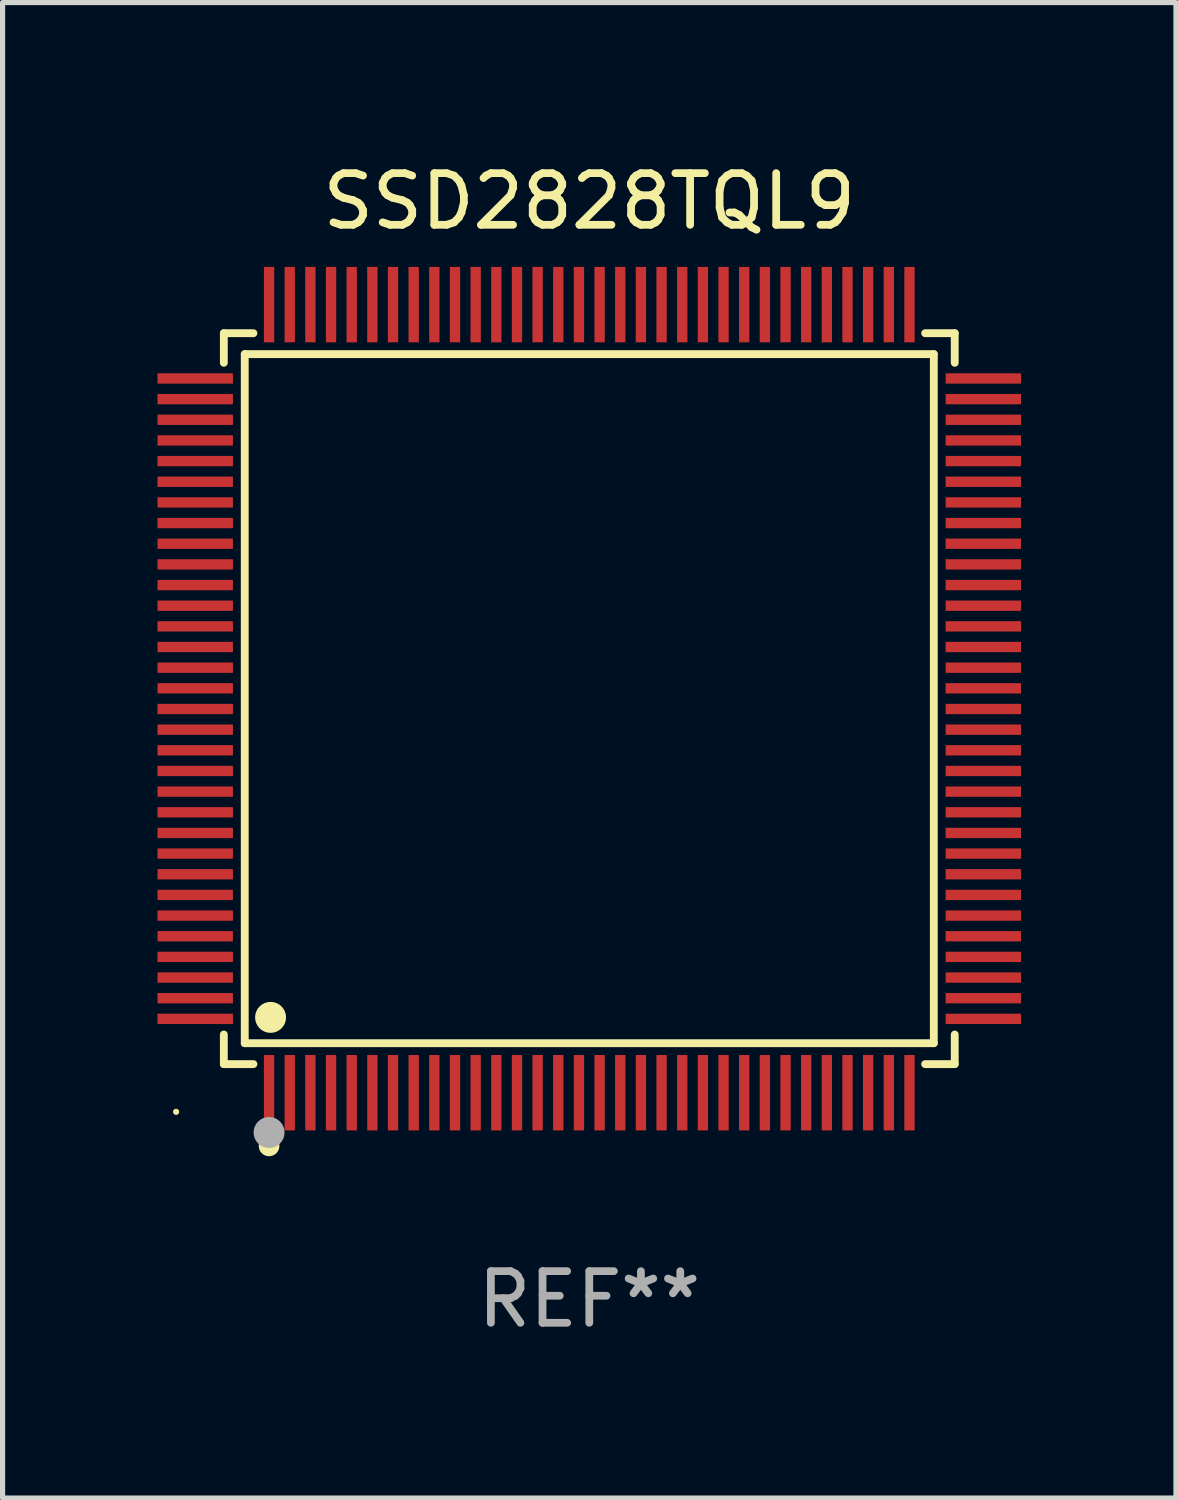
<source format=kicad_pcb>
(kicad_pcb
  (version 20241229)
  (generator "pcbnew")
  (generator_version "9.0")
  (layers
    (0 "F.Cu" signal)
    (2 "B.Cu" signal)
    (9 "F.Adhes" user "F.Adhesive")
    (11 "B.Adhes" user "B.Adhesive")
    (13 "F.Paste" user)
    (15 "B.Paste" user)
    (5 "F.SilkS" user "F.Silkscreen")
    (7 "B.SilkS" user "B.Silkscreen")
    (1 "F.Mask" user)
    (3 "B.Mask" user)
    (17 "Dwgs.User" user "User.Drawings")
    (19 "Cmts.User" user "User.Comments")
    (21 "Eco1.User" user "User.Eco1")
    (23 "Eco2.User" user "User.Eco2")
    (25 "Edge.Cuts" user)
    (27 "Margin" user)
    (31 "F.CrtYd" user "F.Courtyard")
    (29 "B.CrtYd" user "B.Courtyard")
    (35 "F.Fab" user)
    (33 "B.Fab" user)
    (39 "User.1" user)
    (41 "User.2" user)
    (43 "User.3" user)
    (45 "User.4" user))
  (footprint "SSD2828TQL9"
    (layer "F.Cu")
    (at 8.36 10.478)
    (property "Reference" "SSD2828TQL9" (at 0 -9.63 0) (layer "F.SilkS") (effects (font (size 1 1) (thickness 0.15))))
    (attr through_hole)
    (fp_line (start -7.076 -7.076) (end -6.503 -7.076) (stroke (width 0.152) (type solid)) (layer "F.SilkS"))
    (fp_line (start -7.076 -6.503) (end -7.076 -7.076) (stroke (width 0.152) (type solid)) (layer "F.SilkS"))
    (fp_line (start -7.076 6.503) (end -7.076 7.076) (stroke (width 0.152) (type solid)) (layer "F.SilkS"))
    (fp_line (start -7.076 7.076) (end -6.503 7.076) (stroke (width 0.152) (type solid)) (layer "F.SilkS"))
    (fp_line (start -6.671 -6.671) (end 6.671 -6.671) (stroke (width 0.152) (type solid)) (layer "F.SilkS"))
    (fp_line (start -6.671 6.671) (end -6.671 -6.671) (stroke (width 0.152) (type solid)) (layer "F.SilkS"))
    (fp_line (start 6.671 -6.671) (end 6.671 6.671) (stroke (width 0.152) (type solid)) (layer "F.SilkS"))
    (fp_line (start 6.671 6.671) (end -6.671 6.671) (stroke (width 0.152) (type solid)) (layer "F.SilkS"))
    (fp_line (start 7.076 -7.076) (end 6.503 -7.076) (stroke (width 0.152) (type solid)) (layer "F.SilkS"))
    (fp_line (start 7.076 -6.503) (end 7.076 -7.076) (stroke (width 0.152) (type solid)) (layer "F.SilkS"))
    (fp_line (start 7.076 6.503) (end 7.076 7.076) (stroke (width 0.152) (type solid)) (layer "F.SilkS"))
    (fp_line (start 7.076 7.076) (end 6.503 7.076) (stroke (width 0.152) (type solid)) (layer "F.SilkS"))
    (fp_circle (center -8 8) (end -7.97 8) (stroke (width 0.06) (type solid)) (fill no) (layer "F.SilkS"))
    (fp_circle (center -6.2 8.66) (end -6.1 8.66) (stroke (width 0.2) (type solid)) (fill no) (layer "F.SilkS"))
    (fp_circle (center -6.171 6.171) (end -6.021 6.171) (stroke (width 0.3) (type solid)) (fill no) (layer "F.SilkS"))
    (fp_circle (center -6.2 8.4) (end -6.05 8.4) (stroke (width 0.3) (type solid)) (fill no) (layer "F.Fab"))
    (fp_text user "REF**" (at 0 11.63 0) (layer "F.Fab") (effects (font (size 1 1) (thickness 0.15))))
    (pad "1" smd rect (at -6.2 7.63) (size 0.2 1.46) (layers "F.Cu" "F.Mask" "F.Paste"))
    (pad "2" smd rect (at -5.8 7.63) (size 0.2 1.46) (layers "F.Cu" "F.Mask" "F.Paste"))
    (pad "3" smd rect (at -5.4 7.63) (size 0.2 1.46) (layers "F.Cu" "F.Mask" "F.Paste"))
    (pad "4" smd rect (at -5 7.63) (size 0.2 1.46) (layers "F.Cu" "F.Mask" "F.Paste"))
    (pad "5" smd rect (at -4.6 7.63) (size 0.2 1.46) (layers "F.Cu" "F.Mask" "F.Paste"))
    (pad "6" smd rect (at -4.2 7.63) (size 0.2 1.46) (layers "F.Cu" "F.Mask" "F.Paste"))
    (pad "7" smd rect (at -3.8 7.63) (size 0.2 1.46) (layers "F.Cu" "F.Mask" "F.Paste"))
    (pad "8" smd rect (at -3.4 7.63) (size 0.2 1.46) (layers "F.Cu" "F.Mask" "F.Paste"))
    (pad "9" smd rect (at -3 7.63) (size 0.2 1.46) (layers "F.Cu" "F.Mask" "F.Paste"))
    (pad "10" smd rect (at -2.6 7.63) (size 0.2 1.46) (layers "F.Cu" "F.Mask" "F.Paste"))
    (pad "11" smd rect (at -2.2 7.63) (size 0.2 1.46) (layers "F.Cu" "F.Mask" "F.Paste"))
    (pad "12" smd rect (at -1.8 7.63) (size 0.2 1.46) (layers "F.Cu" "F.Mask" "F.Paste"))
    (pad "13" smd rect (at -1.4 7.63) (size 0.2 1.46) (layers "F.Cu" "F.Mask" "F.Paste"))
    (pad "14" smd rect (at -1 7.63) (size 0.2 1.46) (layers "F.Cu" "F.Mask" "F.Paste"))
    (pad "15" smd rect (at -0.6 7.63) (size 0.2 1.46) (layers "F.Cu" "F.Mask" "F.Paste"))
    (pad "16" smd rect (at -0.2 7.63) (size 0.2 1.46) (layers "F.Cu" "F.Mask" "F.Paste"))
    (pad "17" smd rect (at 0.2 7.63) (size 0.2 1.46) (layers "F.Cu" "F.Mask" "F.Paste"))
    (pad "18" smd rect (at 0.6 7.63) (size 0.2 1.46) (layers "F.Cu" "F.Mask" "F.Paste"))
    (pad "19" smd rect (at 1 7.63) (size 0.2 1.46) (layers "F.Cu" "F.Mask" "F.Paste"))
    (pad "20" smd rect (at 1.4 7.63) (size 0.2 1.46) (layers "F.Cu" "F.Mask" "F.Paste"))
    (pad "21" smd rect (at 1.8 7.63) (size 0.2 1.46) (layers "F.Cu" "F.Mask" "F.Paste"))
    (pad "22" smd rect (at 2.2 7.63) (size 0.2 1.46) (layers "F.Cu" "F.Mask" "F.Paste"))
    (pad "23" smd rect (at 2.6 7.63) (size 0.2 1.46) (layers "F.Cu" "F.Mask" "F.Paste"))
    (pad "24" smd rect (at 3 7.63) (size 0.2 1.46) (layers "F.Cu" "F.Mask" "F.Paste"))
    (pad "25" smd rect (at 3.4 7.63) (size 0.2 1.46) (layers "F.Cu" "F.Mask" "F.Paste"))
    (pad "26" smd rect (at 3.8 7.63) (size 0.2 1.46) (layers "F.Cu" "F.Mask" "F.Paste"))
    (pad "27" smd rect (at 4.2 7.63) (size 0.2 1.46) (layers "F.Cu" "F.Mask" "F.Paste"))
    (pad "28" smd rect (at 4.6 7.63) (size 0.2 1.46) (layers "F.Cu" "F.Mask" "F.Paste"))
    (pad "29" smd rect (at 5 7.63) (size 0.2 1.46) (layers "F.Cu" "F.Mask" "F.Paste"))
    (pad "30" smd rect (at 5.4 7.63) (size 0.2 1.46) (layers "F.Cu" "F.Mask" "F.Paste"))
    (pad "31" smd rect (at 5.8 7.63) (size 0.2 1.46) (layers "F.Cu" "F.Mask" "F.Paste"))
    (pad "32" smd rect (at 6.2 7.63) (size 0.2 1.46) (layers "F.Cu" "F.Mask" "F.Paste"))
    (pad "33" smd rect (at 7.63 6.2) (size 1.46 0.2) (layers "F.Cu" "F.Mask" "F.Paste"))
    (pad "34" smd rect (at 7.63 5.8) (size 1.46 0.2) (layers "F.Cu" "F.Mask" "F.Paste"))
    (pad "35" smd rect (at 7.63 5.4) (size 1.46 0.2) (layers "F.Cu" "F.Mask" "F.Paste"))
    (pad "36" smd rect (at 7.63 5) (size 1.46 0.2) (layers "F.Cu" "F.Mask" "F.Paste"))
    (pad "37" smd rect (at 7.63 4.6) (size 1.46 0.2) (layers "F.Cu" "F.Mask" "F.Paste"))
    (pad "38" smd rect (at 7.63 4.2) (size 1.46 0.2) (layers "F.Cu" "F.Mask" "F.Paste"))
    (pad "39" smd rect (at 7.63 3.8) (size 1.46 0.2) (layers "F.Cu" "F.Mask" "F.Paste"))
    (pad "40" smd rect (at 7.63 3.4) (size 1.46 0.2) (layers "F.Cu" "F.Mask" "F.Paste"))
    (pad "41" smd rect (at 7.63 3) (size 1.46 0.2) (layers "F.Cu" "F.Mask" "F.Paste"))
    (pad "42" smd rect (at 7.63 2.6) (size 1.46 0.2) (layers "F.Cu" "F.Mask" "F.Paste"))
    (pad "43" smd rect (at 7.63 2.2) (size 1.46 0.2) (layers "F.Cu" "F.Mask" "F.Paste"))
    (pad "44" smd rect (at 7.63 1.8) (size 1.46 0.2) (layers "F.Cu" "F.Mask" "F.Paste"))
    (pad "45" smd rect (at 7.63 1.4) (size 1.46 0.2) (layers "F.Cu" "F.Mask" "F.Paste"))
    (pad "46" smd rect (at 7.63 1) (size 1.46 0.2) (layers "F.Cu" "F.Mask" "F.Paste"))
    (pad "47" smd rect (at 7.63 0.6) (size 1.46 0.2) (layers "F.Cu" "F.Mask" "F.Paste"))
    (pad "48" smd rect (at 7.63 0.2) (size 1.46 0.2) (layers "F.Cu" "F.Mask" "F.Paste"))
    (pad "49" smd rect (at 7.63 -0.2) (size 1.46 0.2) (layers "F.Cu" "F.Mask" "F.Paste"))
    (pad "50" smd rect (at 7.63 -0.6) (size 1.46 0.2) (layers "F.Cu" "F.Mask" "F.Paste"))
    (pad "51" smd rect (at 7.63 -1) (size 1.46 0.2) (layers "F.Cu" "F.Mask" "F.Paste"))
    (pad "52" smd rect (at 7.63 -1.4) (size 1.46 0.2) (layers "F.Cu" "F.Mask" "F.Paste"))
    (pad "53" smd rect (at 7.63 -1.8) (size 1.46 0.2) (layers "F.Cu" "F.Mask" "F.Paste"))
    (pad "54" smd rect (at 7.63 -2.2) (size 1.46 0.2) (layers "F.Cu" "F.Mask" "F.Paste"))
    (pad "55" smd rect (at 7.63 -2.6) (size 1.46 0.2) (layers "F.Cu" "F.Mask" "F.Paste"))
    (pad "56" smd rect (at 7.63 -3) (size 1.46 0.2) (layers "F.Cu" "F.Mask" "F.Paste"))
    (pad "57" smd rect (at 7.63 -3.4) (size 1.46 0.2) (layers "F.Cu" "F.Mask" "F.Paste"))
    (pad "58" smd rect (at 7.63 -3.8) (size 1.46 0.2) (layers "F.Cu" "F.Mask" "F.Paste"))
    (pad "59" smd rect (at 7.63 -4.2) (size 1.46 0.2) (layers "F.Cu" "F.Mask" "F.Paste"))
    (pad "60" smd rect (at 7.63 -4.6) (size 1.46 0.2) (layers "F.Cu" "F.Mask" "F.Paste"))
    (pad "61" smd rect (at 7.63 -5) (size 1.46 0.2) (layers "F.Cu" "F.Mask" "F.Paste"))
    (pad "62" smd rect (at 7.63 -5.4) (size 1.46 0.2) (layers "F.Cu" "F.Mask" "F.Paste"))
    (pad "63" smd rect (at 7.63 -5.8) (size 1.46 0.2) (layers "F.Cu" "F.Mask" "F.Paste"))
    (pad "64" smd rect (at 7.63 -6.2) (size 1.46 0.2) (layers "F.Cu" "F.Mask" "F.Paste"))
    (pad "65" smd rect (at 6.2 -7.63) (size 0.2 1.46) (layers "F.Cu" "F.Mask" "F.Paste"))
    (pad "66" smd rect (at 5.8 -7.63) (size 0.2 1.46) (layers "F.Cu" "F.Mask" "F.Paste"))
    (pad "67" smd rect (at 5.4 -7.63) (size 0.2 1.46) (layers "F.Cu" "F.Mask" "F.Paste"))
    (pad "68" smd rect (at 5 -7.63) (size 0.2 1.46) (layers "F.Cu" "F.Mask" "F.Paste"))
    (pad "69" smd rect (at 4.6 -7.63) (size 0.2 1.46) (layers "F.Cu" "F.Mask" "F.Paste"))
    (pad "70" smd rect (at 4.2 -7.63) (size 0.2 1.46) (layers "F.Cu" "F.Mask" "F.Paste"))
    (pad "71" smd rect (at 3.8 -7.63) (size 0.2 1.46) (layers "F.Cu" "F.Mask" "F.Paste"))
    (pad "72" smd rect (at 3.4 -7.63) (size 0.2 1.46) (layers "F.Cu" "F.Mask" "F.Paste"))
    (pad "73" smd rect (at 3 -7.63) (size 0.2 1.46) (layers "F.Cu" "F.Mask" "F.Paste"))
    (pad "74" smd rect (at 2.6 -7.63) (size 0.2 1.46) (layers "F.Cu" "F.Mask" "F.Paste"))
    (pad "75" smd rect (at 2.2 -7.63) (size 0.2 1.46) (layers "F.Cu" "F.Mask" "F.Paste"))
    (pad "76" smd rect (at 1.8 -7.63) (size 0.2 1.46) (layers "F.Cu" "F.Mask" "F.Paste"))
    (pad "77" smd rect (at 1.4 -7.63) (size 0.2 1.46) (layers "F.Cu" "F.Mask" "F.Paste"))
    (pad "78" smd rect (at 1 -7.63) (size 0.2 1.46) (layers "F.Cu" "F.Mask" "F.Paste"))
    (pad "79" smd rect (at 0.6 -7.63) (size 0.2 1.46) (layers "F.Cu" "F.Mask" "F.Paste"))
    (pad "80" smd rect (at 0.2 -7.63) (size 0.2 1.46) (layers "F.Cu" "F.Mask" "F.Paste"))
    (pad "81" smd rect (at -0.2 -7.63) (size 0.2 1.46) (layers "F.Cu" "F.Mask" "F.Paste"))
    (pad "82" smd rect (at -0.6 -7.63) (size 0.2 1.46) (layers "F.Cu" "F.Mask" "F.Paste"))
    (pad "83" smd rect (at -1 -7.63) (size 0.2 1.46) (layers "F.Cu" "F.Mask" "F.Paste"))
    (pad "84" smd rect (at -1.4 -7.63) (size 0.2 1.46) (layers "F.Cu" "F.Mask" "F.Paste"))
    (pad "85" smd rect (at -1.8 -7.63) (size 0.2 1.46) (layers "F.Cu" "F.Mask" "F.Paste"))
    (pad "86" smd rect (at -2.2 -7.63) (size 0.2 1.46) (layers "F.Cu" "F.Mask" "F.Paste"))
    (pad "87" smd rect (at -2.6 -7.63) (size 0.2 1.46) (layers "F.Cu" "F.Mask" "F.Paste"))
    (pad "88" smd rect (at -3 -7.63) (size 0.2 1.46) (layers "F.Cu" "F.Mask" "F.Paste"))
    (pad "89" smd rect (at -3.4 -7.63) (size 0.2 1.46) (layers "F.Cu" "F.Mask" "F.Paste"))
    (pad "90" smd rect (at -3.8 -7.63) (size 0.2 1.46) (layers "F.Cu" "F.Mask" "F.Paste"))
    (pad "91" smd rect (at -4.2 -7.63) (size 0.2 1.46) (layers "F.Cu" "F.Mask" "F.Paste"))
    (pad "92" smd rect (at -4.6 -7.63) (size 0.2 1.46) (layers "F.Cu" "F.Mask" "F.Paste"))
    (pad "93" smd rect (at -5 -7.63) (size 0.2 1.46) (layers "F.Cu" "F.Mask" "F.Paste"))
    (pad "94" smd rect (at -5.4 -7.63) (size 0.2 1.46) (layers "F.Cu" "F.Mask" "F.Paste"))
    (pad "95" smd rect (at -5.8 -7.63) (size 0.2 1.46) (layers "F.Cu" "F.Mask" "F.Paste"))
    (pad "96" smd rect (at -6.2 -7.63) (size 0.2 1.46) (layers "F.Cu" "F.Mask" "F.Paste"))
    (pad "97" smd rect (at -7.63 -6.2) (size 1.46 0.2) (layers "F.Cu" "F.Mask" "F.Paste"))
    (pad "98" smd rect (at -7.63 -5.8) (size 1.46 0.2) (layers "F.Cu" "F.Mask" "F.Paste"))
    (pad "99" smd rect (at -7.63 -5.4) (size 1.46 0.2) (layers "F.Cu" "F.Mask" "F.Paste"))
    (pad "100" smd rect (at -7.63 -5) (size 1.46 0.2) (layers "F.Cu" "F.Mask" "F.Paste"))
    (pad "101" smd rect (at -7.63 -4.6) (size 1.46 0.2) (layers "F.Cu" "F.Mask" "F.Paste"))
    (pad "102" smd rect (at -7.63 -4.2) (size 1.46 0.2) (layers "F.Cu" "F.Mask" "F.Paste"))
    (pad "103" smd rect (at -7.63 -3.8) (size 1.46 0.2) (layers "F.Cu" "F.Mask" "F.Paste"))
    (pad "104" smd rect (at -7.63 -3.4) (size 1.46 0.2) (layers "F.Cu" "F.Mask" "F.Paste"))
    (pad "105" smd rect (at -7.63 -3) (size 1.46 0.2) (layers "F.Cu" "F.Mask" "F.Paste"))
    (pad "106" smd rect (at -7.63 -2.6) (size 1.46 0.2) (layers "F.Cu" "F.Mask" "F.Paste"))
    (pad "107" smd rect (at -7.63 -2.2) (size 1.46 0.2) (layers "F.Cu" "F.Mask" "F.Paste"))
    (pad "108" smd rect (at -7.63 -1.8) (size 1.46 0.2) (layers "F.Cu" "F.Mask" "F.Paste"))
    (pad "109" smd rect (at -7.63 -1.4) (size 1.46 0.2) (layers "F.Cu" "F.Mask" "F.Paste"))
    (pad "110" smd rect (at -7.63 -1) (size 1.46 0.2) (layers "F.Cu" "F.Mask" "F.Paste"))
    (pad "111" smd rect (at -7.63 -0.6) (size 1.46 0.2) (layers "F.Cu" "F.Mask" "F.Paste"))
    (pad "112" smd rect (at -7.63 -0.2) (size 1.46 0.2) (layers "F.Cu" "F.Mask" "F.Paste"))
    (pad "113" smd rect (at -7.63 0.2) (size 1.46 0.2) (layers "F.Cu" "F.Mask" "F.Paste"))
    (pad "114" smd rect (at -7.63 0.6) (size 1.46 0.2) (layers "F.Cu" "F.Mask" "F.Paste"))
    (pad "115" smd rect (at -7.63 1) (size 1.46 0.2) (layers "F.Cu" "F.Mask" "F.Paste"))
    (pad "116" smd rect (at -7.63 1.4) (size 1.46 0.2) (layers "F.Cu" "F.Mask" "F.Paste"))
    (pad "117" smd rect (at -7.63 1.8) (size 1.46 0.2) (layers "F.Cu" "F.Mask" "F.Paste"))
    (pad "118" smd rect (at -7.63 2.2) (size 1.46 0.2) (layers "F.Cu" "F.Mask" "F.Paste"))
    (pad "119" smd rect (at -7.63 2.6) (size 1.46 0.2) (layers "F.Cu" "F.Mask" "F.Paste"))
    (pad "120" smd rect (at -7.63 3) (size 1.46 0.2) (layers "F.Cu" "F.Mask" "F.Paste"))
    (pad "121" smd rect (at -7.63 3.4) (size 1.46 0.2) (layers "F.Cu" "F.Mask" "F.Paste"))
    (pad "122" smd rect (at -7.63 3.8) (size 1.46 0.2) (layers "F.Cu" "F.Mask" "F.Paste"))
    (pad "123" smd rect (at -7.63 4.2) (size 1.46 0.2) (layers "F.Cu" "F.Mask" "F.Paste"))
    (pad "124" smd rect (at -7.63 4.6) (size 1.46 0.2) (layers "F.Cu" "F.Mask" "F.Paste"))
    (pad "125" smd rect (at -7.63 5) (size 1.46 0.2) (layers "F.Cu" "F.Mask" "F.Paste"))
    (pad "126" smd rect (at -7.63 5.4) (size 1.46 0.2) (layers "F.Cu" "F.Mask" "F.Paste"))
    (pad "127" smd rect (at -7.63 5.8) (size 1.46 0.2) (layers "F.Cu" "F.Mask" "F.Paste"))
    (pad "128" smd rect (at -7.63 6.2) (size 1.46 0.2) (layers "F.Cu" "F.Mask" "F.Paste")))
  (gr_rect
    (start -3 -3)
    (end 19.72 25.956)
    (stroke (width 0.1) (type default))
    (fill no)
    (layer "Edge.Cuts")))
</source>
